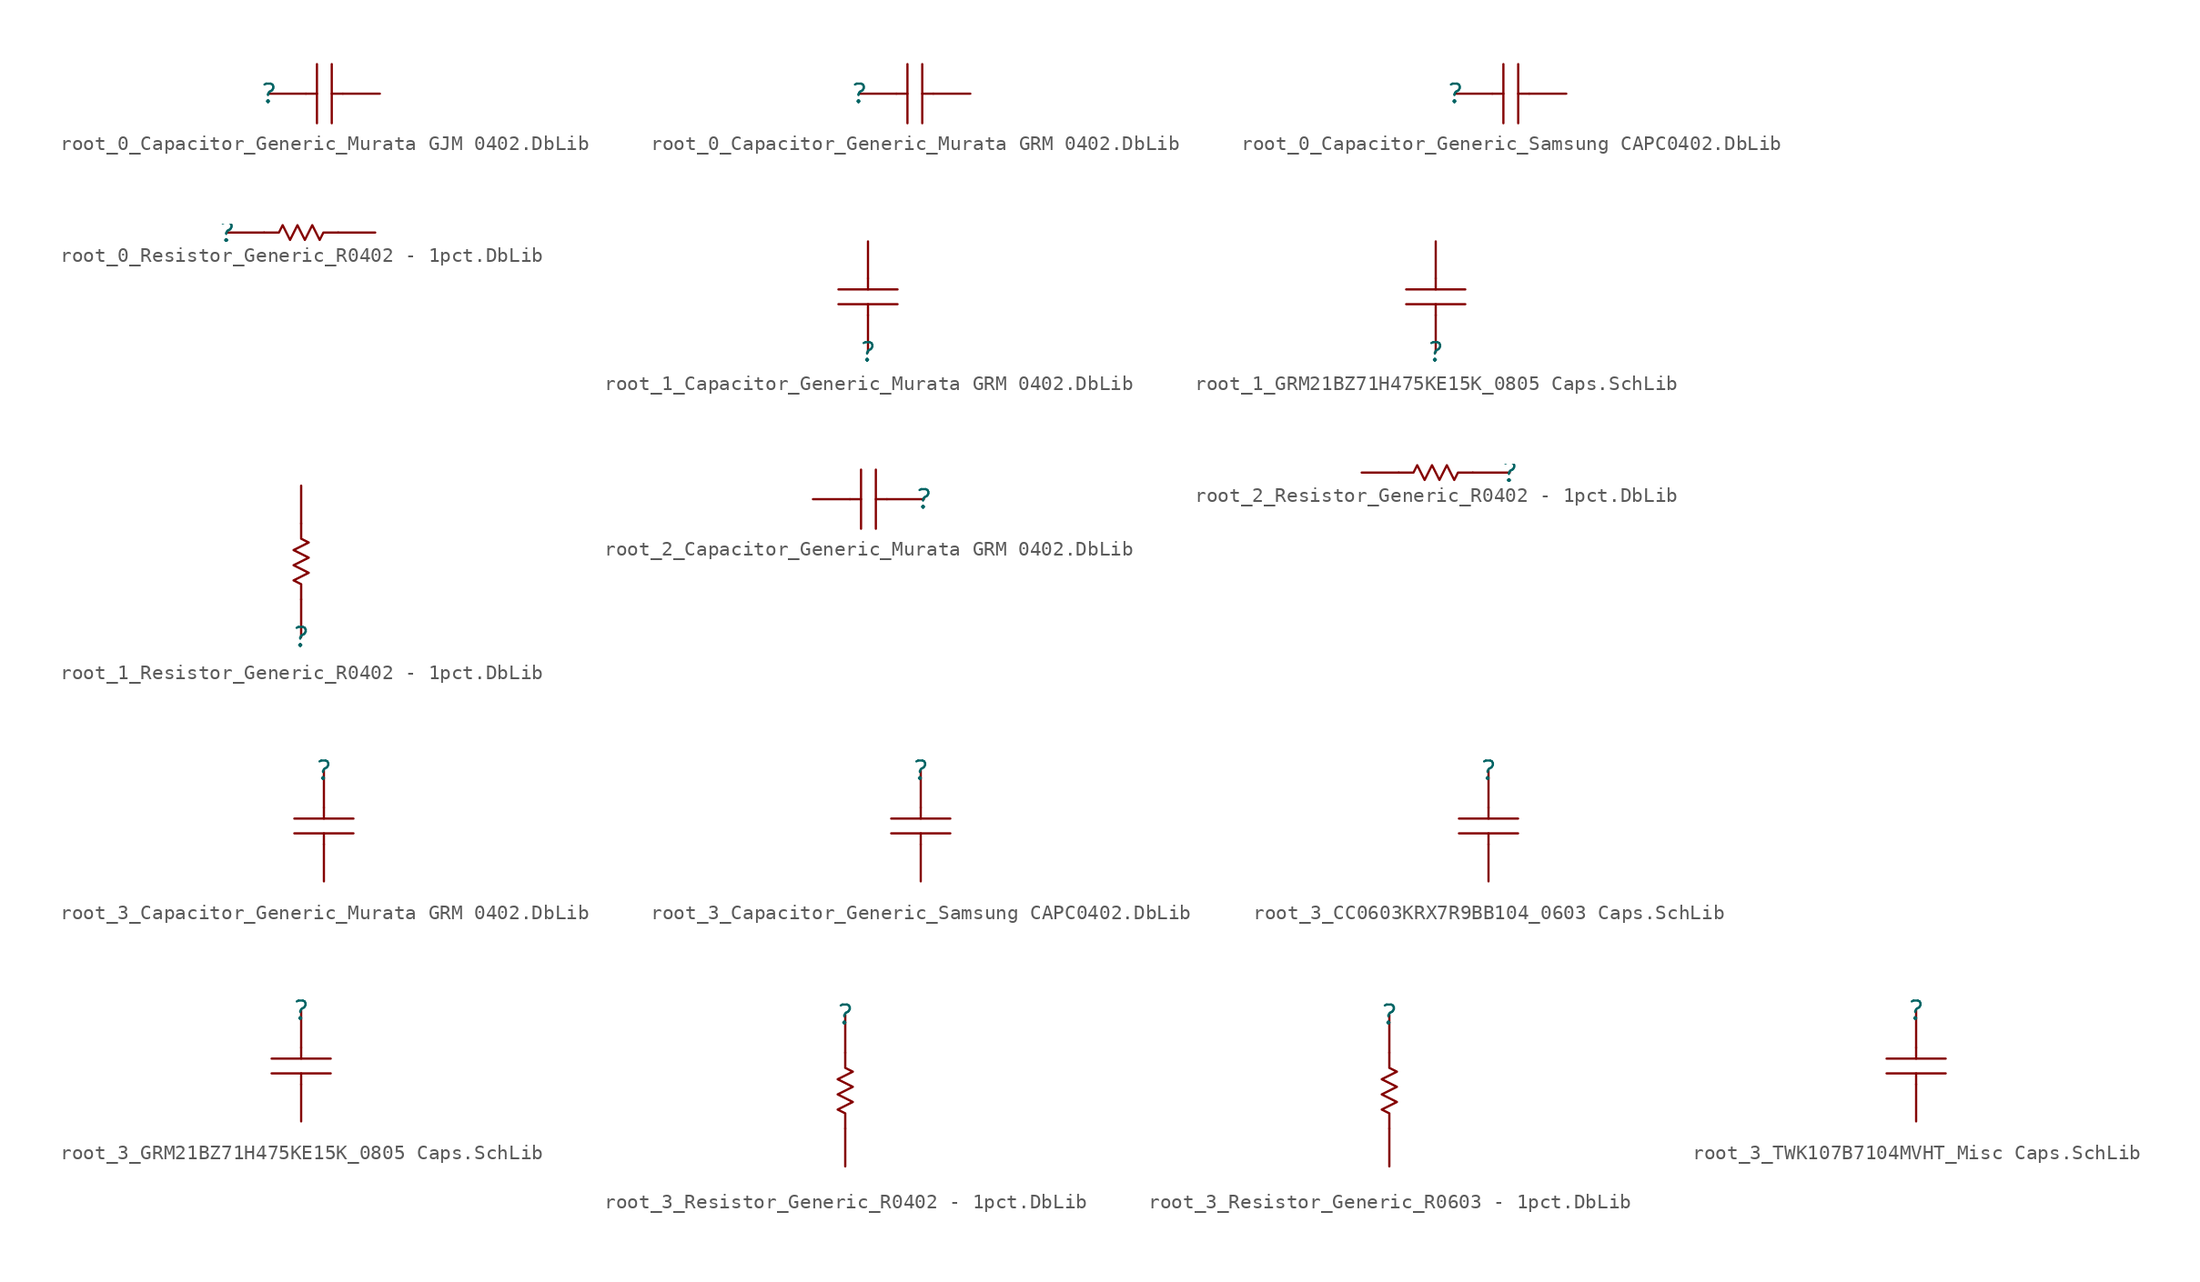
<source format=kicad_sym>
(kicad_symbol_lib
  (version 20241209)
  (generator "kicad_symbol_editor")
  (generator_version "9.0")
  (symbol "root_0_Capacitor_Generic_Murata GJM 0402.DbLib"
    (pin_numbers
      (hide yes))
    (pin_names
      (hide yes))
    (property "Reference" ""
      (at 0 0 0)
      (effects (font (size 1.27 1.27))))
    (property "Value" ""
      (at 0 0 0)
      (effects (font (size 1.27 1.27))))
    (symbol "root_0_Capacitor_Generic_Murata GJM 0402.DbLib_1_0"
      (polyline (pts (xy 2.54 0) (xy 3.302 0)) (stroke (width 0) (type solid)) (fill (type none)))
      (polyline (pts (xy 3.302 -2.032) (xy 3.302 2.032)) (stroke (width 0) (type solid)) (fill (type none)))
      (polyline (pts (xy 4.318 2.032) (xy 4.318 -2.032)) (stroke (width 0) (type solid)) (fill (type none)))
      (polyline (pts (xy 5.08 0) (xy 4.318 0)) (stroke (width 0) (type solid)) (fill (type none)))
      (pin passive line (at 0 0 0) (length 2.54) (name "1" (effects (font (size 1.27 1.27)))) (number "1" (effects (font (size 1.27 1.27)))))
      (pin passive line (at 7.62 0 180) (length 2.54) (name "2" (effects (font (size 1.27 1.27)))) (number "2" (effects (font (size 1.27 1.27)))))))
  (symbol "root_0_Capacitor_Generic_Murata GRM 0402.DbLib"
    (pin_numbers
      (hide yes))
    (pin_names
      (hide yes))
    (property "Reference" ""
      (at 0 0 0)
      (effects (font (size 1.27 1.27))))
    (property "Value" ""
      (at 0 0 0)
      (effects (font (size 1.27 1.27))))
    (symbol "root_0_Capacitor_Generic_Murata GRM 0402.DbLib_1_0"
      (polyline (pts (xy 2.54 0) (xy 3.302 0)) (stroke (width 0) (type solid)) (fill (type none)))
      (polyline (pts (xy 3.302 -2.032) (xy 3.302 2.032)) (stroke (width 0) (type solid)) (fill (type none)))
      (polyline (pts (xy 4.318 2.032) (xy 4.318 -2.032)) (stroke (width 0) (type solid)) (fill (type none)))
      (polyline (pts (xy 5.08 0) (xy 4.318 0)) (stroke (width 0) (type solid)) (fill (type none)))
      (pin passive line (at 0 0 0) (length 2.54) (name "1" (effects (font (size 1.27 1.27)))) (number "1" (effects (font (size 1.27 1.27)))))
      (pin passive line (at 7.62 0 180) (length 2.54) (name "2" (effects (font (size 1.27 1.27)))) (number "2" (effects (font (size 1.27 1.27)))))))
  (symbol "root_0_Capacitor_Generic_Samsung CAPC0402.DbLib"
    (pin_numbers
      (hide yes))
    (pin_names
      (hide yes))
    (property "Reference" ""
      (at 0 0 0)
      (effects (font (size 1.27 1.27))))
    (property "Value" ""
      (at 0 0 0)
      (effects (font (size 1.27 1.27))))
    (symbol "root_0_Capacitor_Generic_Samsung CAPC0402.DbLib_1_0"
      (polyline (pts (xy 2.54 0) (xy 3.302 0)) (stroke (width 0) (type solid)) (fill (type none)))
      (polyline (pts (xy 3.302 -2.032) (xy 3.302 2.032)) (stroke (width 0) (type solid)) (fill (type none)))
      (polyline (pts (xy 4.318 2.032) (xy 4.318 -2.032)) (stroke (width 0) (type solid)) (fill (type none)))
      (polyline (pts (xy 5.08 0) (xy 4.318 0)) (stroke (width 0) (type solid)) (fill (type none)))
      (pin passive line (at 0 0 0) (length 2.54) (name "1" (effects (font (size 1.27 1.27)))) (number "1" (effects (font (size 1.27 1.27)))))
      (pin passive line (at 7.62 0 180) (length 2.54) (name "2" (effects (font (size 1.27 1.27)))) (number "2" (effects (font (size 1.27 1.27)))))))
  (symbol "root_0_Resistor_Generic_R0402 - 1pct.DbLib"
    (pin_numbers
      (hide yes))
    (pin_names
      (hide yes))
    (property "Reference" ""
      (at 0 0 0)
      (effects (font (size 1.27 1.27))))
    (property "Value" ""
      (at 0 0 0)
      (effects (font (size 1.27 1.27))))
    (symbol "root_0_Resistor_Generic_R0402 - 1pct.DbLib_1_0"
      (polyline (pts (xy 7.62 0) (xy 6.604 0) (xy 6.35 -0.508) (xy 5.842 0.508) (xy 5.334 -0.508) (xy 4.826 0.508) (xy 4.318 -0.508) (xy 3.81 0.508) (xy 3.556 0) (xy 2.54 0)) (stroke (width 0) (type solid)) (fill (type none)))
      (pin passive line (at 0 0 0) (length 2.54) (name "1" (effects (font (size 1.27 1.27)))) (number "1" (effects (font (size 1.27 1.27)))))
      (pin passive line (at 10.16 0 180) (length 2.54) (name "2" (effects (font (size 1.27 1.27)))) (number "2" (effects (font (size 1.27 1.27)))))))
  (symbol "root_1_Capacitor_Generic_Murata GRM 0402.DbLib"
    (pin_numbers
      (hide yes))
    (pin_names
      (hide yes))
    (property "Reference" ""
      (at 0 0 0)
      (effects (font (size 1.27 1.27))))
    (property "Value" ""
      (at 0 0 0)
      (effects (font (size 1.27 1.27))))
    (symbol "root_1_Capacitor_Generic_Murata GRM 0402.DbLib_1_0"
      (polyline (pts (xy -2.032 4.318) (xy 2.032 4.318)) (stroke (width 0) (type solid)) (fill (type none)))
      (polyline (pts (xy 0 5.08) (xy 0 4.318)) (stroke (width 0) (type solid)) (fill (type none)))
      (polyline (pts (xy 0 2.54) (xy 0 3.302)) (stroke (width 0) (type solid)) (fill (type none)))
      (polyline (pts (xy 2.032 3.302) (xy -2.032 3.302)) (stroke (width 0) (type solid)) (fill (type none)))
      (pin passive line (at 0 7.62 270) (length 2.54) (name "2" (effects (font (size 1.27 1.27)))) (number "2" (effects (font (size 1.27 1.27)))))
      (pin passive line (at 0 0 90) (length 2.54) (name "1" (effects (font (size 1.27 1.27)))) (number "1" (effects (font (size 1.27 1.27)))))))
  (symbol "root_1_GRM21BZ71H475KE15K_0805 Caps.SchLib"
    (pin_numbers
      (hide yes))
    (pin_names
      (hide yes))
    (property "Reference" ""
      (at 0 0 0)
      (effects (font (size 1.27 1.27))))
    (property "Value" ""
      (at 0 0 0)
      (effects (font (size 1.27 1.27))))
    (symbol "root_1_GRM21BZ71H475KE15K_0805 Caps.SchLib_1_0"
      (polyline (pts (xy -2.032 4.318) (xy 2.032 4.318)) (stroke (width 0) (type solid)) (fill (type none)))
      (polyline (pts (xy 0 5.08) (xy 0 4.318)) (stroke (width 0) (type solid)) (fill (type none)))
      (polyline (pts (xy 0 2.54) (xy 0 3.302)) (stroke (width 0) (type solid)) (fill (type none)))
      (polyline (pts (xy 2.032 3.302) (xy -2.032 3.302)) (stroke (width 0) (type solid)) (fill (type none)))
      (pin passive line (at 0 7.62 270) (length 2.54) (name "2" (effects (font (size 1.27 1.27)))) (number "2" (effects (font (size 1.27 1.27)))))
      (pin passive line (at 0 0 90) (length 2.54) (name "1" (effects (font (size 1.27 1.27)))) (number "1" (effects (font (size 1.27 1.27)))))))
  (symbol "root_1_Resistor_Generic_R0402 - 1pct.DbLib"
    (pin_numbers
      (hide yes))
    (pin_names
      (hide yes))
    (property "Reference" ""
      (at 0 0 0)
      (effects (font (size 1.27 1.27))))
    (property "Value" ""
      (at 0 0 0)
      (effects (font (size 1.27 1.27))))
    (symbol "root_1_Resistor_Generic_R0402 - 1pct.DbLib_1_0"
      (polyline (pts (xy 0 7.62) (xy 0 6.604) (xy 0.508 6.35) (xy -0.508 5.842) (xy 0.508 5.334) (xy -0.508 4.826) (xy 0.508 4.318) (xy -0.508 3.81) (xy 0 3.556) (xy 0 2.54)) (stroke (width 0) (type solid)) (fill (type none)))
      (pin passive line (at 0 10.16 270) (length 2.54) (name "2" (effects (font (size 1.27 1.27)))) (number "2" (effects (font (size 1.27 1.27)))))
      (pin passive line (at 0 0 90) (length 2.54) (name "1" (effects (font (size 1.27 1.27)))) (number "1" (effects (font (size 1.27 1.27)))))))
  (symbol "root_2_Capacitor_Generic_Murata GRM 0402.DbLib"
    (pin_numbers
      (hide yes))
    (pin_names
      (hide yes))
    (property "Reference" ""
      (at 0 0 0)
      (effects (font (size 1.27 1.27))))
    (property "Value" ""
      (at 0 0 0)
      (effects (font (size 1.27 1.27))))
    (symbol "root_2_Capacitor_Generic_Murata GRM 0402.DbLib_1_0"
      (polyline (pts (xy -5.08 0) (xy -4.318 0)) (stroke (width 0) (type solid)) (fill (type none)))
      (polyline (pts (xy -4.318 -2.032) (xy -4.318 2.032)) (stroke (width 0) (type solid)) (fill (type none)))
      (polyline (pts (xy -3.302 2.032) (xy -3.302 -2.032)) (stroke (width 0) (type solid)) (fill (type none)))
      (polyline (pts (xy -2.54 0) (xy -3.302 0)) (stroke (width 0) (type solid)) (fill (type none)))
      (pin passive line (at -7.62 0 0) (length 2.54) (name "2" (effects (font (size 1.27 1.27)))) (number "2" (effects (font (size 1.27 1.27)))))
      (pin passive line (at 0 0 180) (length 2.54) (name "1" (effects (font (size 1.27 1.27)))) (number "1" (effects (font (size 1.27 1.27)))))))
  (symbol "root_2_Resistor_Generic_R0402 - 1pct.DbLib"
    (pin_numbers
      (hide yes))
    (pin_names
      (hide yes))
    (property "Reference" ""
      (at 0 0 0)
      (effects (font (size 1.27 1.27))))
    (property "Value" ""
      (at 0 0 0)
      (effects (font (size 1.27 1.27))))
    (symbol "root_2_Resistor_Generic_R0402 - 1pct.DbLib_1_0"
      (polyline (pts (xy -7.62 0) (xy -6.604 0) (xy -6.35 0.508) (xy -5.842 -0.508) (xy -5.334 0.508) (xy -4.826 -0.508) (xy -4.318 0.508) (xy -3.81 -0.508) (xy -3.556 0) (xy -2.54 0)) (stroke (width 0) (type solid)) (fill (type none)))
      (pin passive line (at -10.16 0 0) (length 2.54) (name "2" (effects (font (size 1.27 1.27)))) (number "2" (effects (font (size 1.27 1.27)))))
      (pin passive line (at 0 0 180) (length 2.54) (name "1" (effects (font (size 1.27 1.27)))) (number "1" (effects (font (size 1.27 1.27)))))))
  (symbol "root_3_Capacitor_Generic_Murata GRM 0402.DbLib"
    (pin_numbers
      (hide yes))
    (pin_names
      (hide yes))
    (property "Reference" ""
      (at 0 0 0)
      (effects (font (size 1.27 1.27))))
    (property "Value" ""
      (at 0 0 0)
      (effects (font (size 1.27 1.27))))
    (symbol "root_3_Capacitor_Generic_Murata GRM 0402.DbLib_1_0"
      (polyline (pts (xy -2.032 -3.302) (xy 2.032 -3.302)) (stroke (width 0) (type solid)) (fill (type none)))
      (polyline (pts (xy 0 -2.54) (xy 0 -3.302)) (stroke (width 0) (type solid)) (fill (type none)))
      (polyline (pts (xy 0 -5.08) (xy 0 -4.318)) (stroke (width 0) (type solid)) (fill (type none)))
      (polyline (pts (xy 2.032 -4.318) (xy -2.032 -4.318)) (stroke (width 0) (type solid)) (fill (type none)))
      (pin passive line (at 0 0 270) (length 2.54) (name "1" (effects (font (size 1.27 1.27)))) (number "1" (effects (font (size 1.27 1.27)))))
      (pin passive line (at 0 -7.62 90) (length 2.54) (name "2" (effects (font (size 1.27 1.27)))) (number "2" (effects (font (size 1.27 1.27)))))))
  (symbol "root_3_Capacitor_Generic_Samsung CAPC0402.DbLib"
    (pin_numbers
      (hide yes))
    (pin_names
      (hide yes))
    (property "Reference" ""
      (at 0 0 0)
      (effects (font (size 1.27 1.27))))
    (property "Value" ""
      (at 0 0 0)
      (effects (font (size 1.27 1.27))))
    (symbol "root_3_Capacitor_Generic_Samsung CAPC0402.DbLib_1_0"
      (polyline (pts (xy -2.032 -3.302) (xy 2.032 -3.302)) (stroke (width 0) (type solid)) (fill (type none)))
      (polyline (pts (xy 0 -2.54) (xy 0 -3.302)) (stroke (width 0) (type solid)) (fill (type none)))
      (polyline (pts (xy 0 -5.08) (xy 0 -4.318)) (stroke (width 0) (type solid)) (fill (type none)))
      (polyline (pts (xy 2.032 -4.318) (xy -2.032 -4.318)) (stroke (width 0) (type solid)) (fill (type none)))
      (pin passive line (at 0 0 270) (length 2.54) (name "1" (effects (font (size 1.27 1.27)))) (number "1" (effects (font (size 1.27 1.27)))))
      (pin passive line (at 0 -7.62 90) (length 2.54) (name "2" (effects (font (size 1.27 1.27)))) (number "2" (effects (font (size 1.27 1.27)))))))
  (symbol "root_3_CC0603KRX7R9BB104_0603 Caps.SchLib"
    (pin_numbers
      (hide yes))
    (pin_names
      (hide yes))
    (property "Reference" ""
      (at 0 0 0)
      (effects (font (size 1.27 1.27))))
    (property "Value" ""
      (at 0 0 0)
      (effects (font (size 1.27 1.27))))
    (symbol "root_3_CC0603KRX7R9BB104_0603 Caps.SchLib_1_0"
      (polyline (pts (xy -2.032 -3.302) (xy 2.032 -3.302)) (stroke (width 0) (type solid)) (fill (type none)))
      (polyline (pts (xy 0 -2.54) (xy 0 -3.302)) (stroke (width 0) (type solid)) (fill (type none)))
      (polyline (pts (xy 0 -5.08) (xy 0 -4.318)) (stroke (width 0) (type solid)) (fill (type none)))
      (polyline (pts (xy 2.032 -4.318) (xy -2.032 -4.318)) (stroke (width 0) (type solid)) (fill (type none)))
      (pin passive line (at 0 0 270) (length 2.54) (name "1" (effects (font (size 1.27 1.27)))) (number "1" (effects (font (size 1.27 1.27)))))
      (pin passive line (at 0 -7.62 90) (length 2.54) (name "2" (effects (font (size 1.27 1.27)))) (number "2" (effects (font (size 1.27 1.27)))))))
  (symbol "root_3_GRM21BZ71H475KE15K_0805 Caps.SchLib"
    (pin_numbers
      (hide yes))
    (pin_names
      (hide yes))
    (property "Reference" ""
      (at 0 0 0)
      (effects (font (size 1.27 1.27))))
    (property "Value" ""
      (at 0 0 0)
      (effects (font (size 1.27 1.27))))
    (symbol "root_3_GRM21BZ71H475KE15K_0805 Caps.SchLib_1_0"
      (polyline (pts (xy -2.032 -3.302) (xy 2.032 -3.302)) (stroke (width 0) (type solid)) (fill (type none)))
      (polyline (pts (xy 0 -2.54) (xy 0 -3.302)) (stroke (width 0) (type solid)) (fill (type none)))
      (polyline (pts (xy 0 -5.08) (xy 0 -4.318)) (stroke (width 0) (type solid)) (fill (type none)))
      (polyline (pts (xy 2.032 -4.318) (xy -2.032 -4.318)) (stroke (width 0) (type solid)) (fill (type none)))
      (pin passive line (at 0 0 270) (length 2.54) (name "1" (effects (font (size 1.27 1.27)))) (number "1" (effects (font (size 1.27 1.27)))))
      (pin passive line (at 0 -7.62 90) (length 2.54) (name "2" (effects (font (size 1.27 1.27)))) (number "2" (effects (font (size 1.27 1.27)))))))
  (symbol "root_3_Resistor_Generic_R0402 - 1pct.DbLib"
    (pin_numbers
      (hide yes))
    (pin_names
      (hide yes))
    (property "Reference" ""
      (at 0 0 0)
      (effects (font (size 1.27 1.27))))
    (property "Value" ""
      (at 0 0 0)
      (effects (font (size 1.27 1.27))))
    (symbol "root_3_Resistor_Generic_R0402 - 1pct.DbLib_1_0"
      (polyline (pts (xy 0 -7.62) (xy 0 -6.604) (xy -0.508 -6.35) (xy 0.508 -5.842) (xy -0.508 -5.334) (xy 0.508 -4.826) (xy -0.508 -4.318) (xy 0.508 -3.81) (xy 0 -3.556) (xy 0 -2.54)) (stroke (width 0) (type solid)) (fill (type none)))
      (pin passive line (at 0 0 270) (length 2.54) (name "1" (effects (font (size 1.27 1.27)))) (number "1" (effects (font (size 1.27 1.27)))))
      (pin passive line (at 0 -10.16 90) (length 2.54) (name "2" (effects (font (size 1.27 1.27)))) (number "2" (effects (font (size 1.27 1.27)))))))
  (symbol "root_3_Resistor_Generic_R0603 - 1pct.DbLib"
    (pin_numbers
      (hide yes))
    (pin_names
      (hide yes))
    (property "Reference" ""
      (at 0 0 0)
      (effects (font (size 1.27 1.27))))
    (property "Value" ""
      (at 0 0 0)
      (effects (font (size 1.27 1.27))))
    (symbol "root_3_Resistor_Generic_R0603 - 1pct.DbLib_1_0"
      (polyline (pts (xy 0 -7.62) (xy 0 -6.604) (xy -0.508 -6.35) (xy 0.508 -5.842) (xy -0.508 -5.334) (xy 0.508 -4.826) (xy -0.508 -4.318) (xy 0.508 -3.81) (xy 0 -3.556) (xy 0 -2.54)) (stroke (width 0) (type solid)) (fill (type none)))
      (pin passive line (at 0 0 270) (length 2.54) (name "1" (effects (font (size 1.27 1.27)))) (number "1" (effects (font (size 1.27 1.27)))))
      (pin passive line (at 0 -10.16 90) (length 2.54) (name "2" (effects (font (size 1.27 1.27)))) (number "2" (effects (font (size 1.27 1.27)))))))
  (symbol "root_3_TWK107B7104MVHT_Misc Caps.SchLib"
    (pin_numbers
      (hide yes))
    (pin_names
      (hide yes))
    (property "Reference" ""
      (at 0 0 0)
      (effects (font (size 1.27 1.27))))
    (property "Value" ""
      (at 0 0 0)
      (effects (font (size 1.27 1.27))))
    (symbol "root_3_TWK107B7104MVHT_Misc Caps.SchLib_1_0"
      (polyline (pts (xy -2.032 -3.302) (xy 2.032 -3.302)) (stroke (width 0) (type solid)) (fill (type none)))
      (polyline (pts (xy 0 -2.54) (xy 0 -3.302)) (stroke (width 0) (type solid)) (fill (type none)))
      (polyline (pts (xy 0 -5.08) (xy 0 -4.318)) (stroke (width 0) (type solid)) (fill (type none)))
      (polyline (pts (xy 2.032 -4.318) (xy -2.032 -4.318)) (stroke (width 0) (type solid)) (fill (type none)))
      (pin passive line (at 0 0 270) (length 2.54) (name "1" (effects (font (size 1.27 1.27)))) (number "1" (effects (font (size 1.27 1.27)))))
      (pin passive line (at 0 -7.62 90) (length 2.54) (name "2" (effects (font (size 1.27 1.27)))) (number "2" (effects (font (size 1.27 1.27))))))))
</source>
